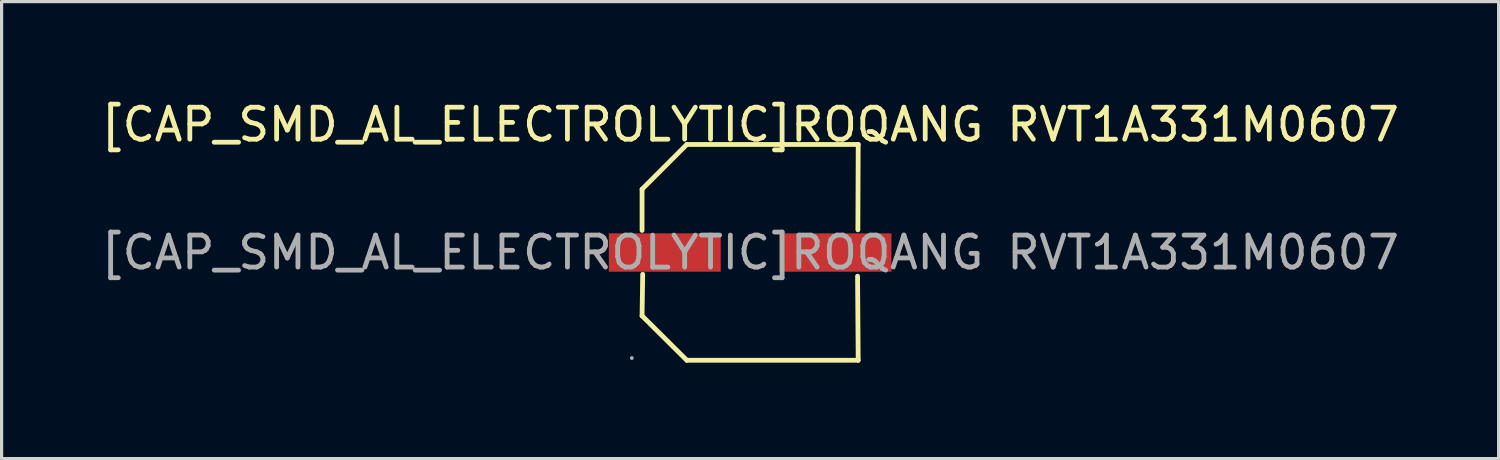
<source format=kicad_pcb>
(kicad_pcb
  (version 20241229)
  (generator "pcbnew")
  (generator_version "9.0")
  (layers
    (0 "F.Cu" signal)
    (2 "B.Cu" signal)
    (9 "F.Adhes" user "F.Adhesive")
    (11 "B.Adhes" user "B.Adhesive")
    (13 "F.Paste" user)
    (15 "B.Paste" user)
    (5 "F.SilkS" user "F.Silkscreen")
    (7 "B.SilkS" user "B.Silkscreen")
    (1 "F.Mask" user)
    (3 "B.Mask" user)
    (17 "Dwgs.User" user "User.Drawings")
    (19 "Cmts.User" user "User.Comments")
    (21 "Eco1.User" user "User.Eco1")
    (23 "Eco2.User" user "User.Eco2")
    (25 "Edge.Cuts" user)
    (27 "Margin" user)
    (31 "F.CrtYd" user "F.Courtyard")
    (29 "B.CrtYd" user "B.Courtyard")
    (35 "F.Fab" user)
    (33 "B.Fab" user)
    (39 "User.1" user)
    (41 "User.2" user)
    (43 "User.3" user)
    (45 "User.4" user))
  (footprint "[CAP_SMD_AL_ELECTROLYTIC]ROQANG RVT1A331M0607"
    (layer "F.Cu")
    (at 20.411 4.848)
    (property "Reference" "[CAP_SMD_AL_ELECTROLYTIC]ROQANG RVT1A331M0607" (at 0 -4 0) (layer "F.SilkS") (effects (font (size 1 1) (thickness 0.15))))
    (attr smd)
    (fp_line (start -3.38 -1.98) (end -3.38 -0.69) (stroke (width 0.15) (type solid)) (layer "F.SilkS"))
    (fp_line (start -3.38 1.98) (end -3.36 0.68) (stroke (width 0.15) (type solid)) (layer "F.SilkS"))
    (fp_line (start -1.98 -3.38) (end -3.38 -1.98) (stroke (width 0.15) (type solid)) (layer "F.SilkS"))
    (fp_line (start -1.98 3.37) (end -3.38 1.98) (stroke (width 0.15) (type solid)) (layer "F.SilkS"))
    (fp_line (start 3.36 0.74) (end 3.38 3.37) (stroke (width 0.15) (type solid)) (layer "F.SilkS"))
    (fp_line (start 3.37 -0.71) (end 3.38 -3.38) (stroke (width 0.15) (type solid)) (layer "F.SilkS"))
    (fp_line (start 3.38 -3.38) (end -1.98 -3.38) (stroke (width 0.15) (type solid)) (layer "F.SilkS"))
    (fp_line (start 3.38 3.37) (end -1.98 3.37) (stroke (width 0.15) (type solid)) (layer "F.SilkS"))
    (fp_circle (center -3.7 3.3) (end -3.67 3.3) (stroke (width 0.06) (type solid)) (fill no) (layer "F.Fab"))
    (fp_text user "${REFERENCE}" (at 0 0 0) (layer "F.Fab") (effects (font (size 1 1) (thickness 0.15))))
    (pad "1" smd rect (at -2.67 0) (size 3.5 1.2) (layers "F.Cu" "F.Mask" "F.Paste"))
    (pad "2" smd rect (at 2.67 0) (size 3.5 1.2) (layers "F.Cu" "F.Mask" "F.Paste")))
  (gr_rect
    (start -3 -3)
    (end 43.821 11.293)
    (stroke (width 0.1) (type default))
    (fill no)
    (layer "Edge.Cuts")))
</source>
